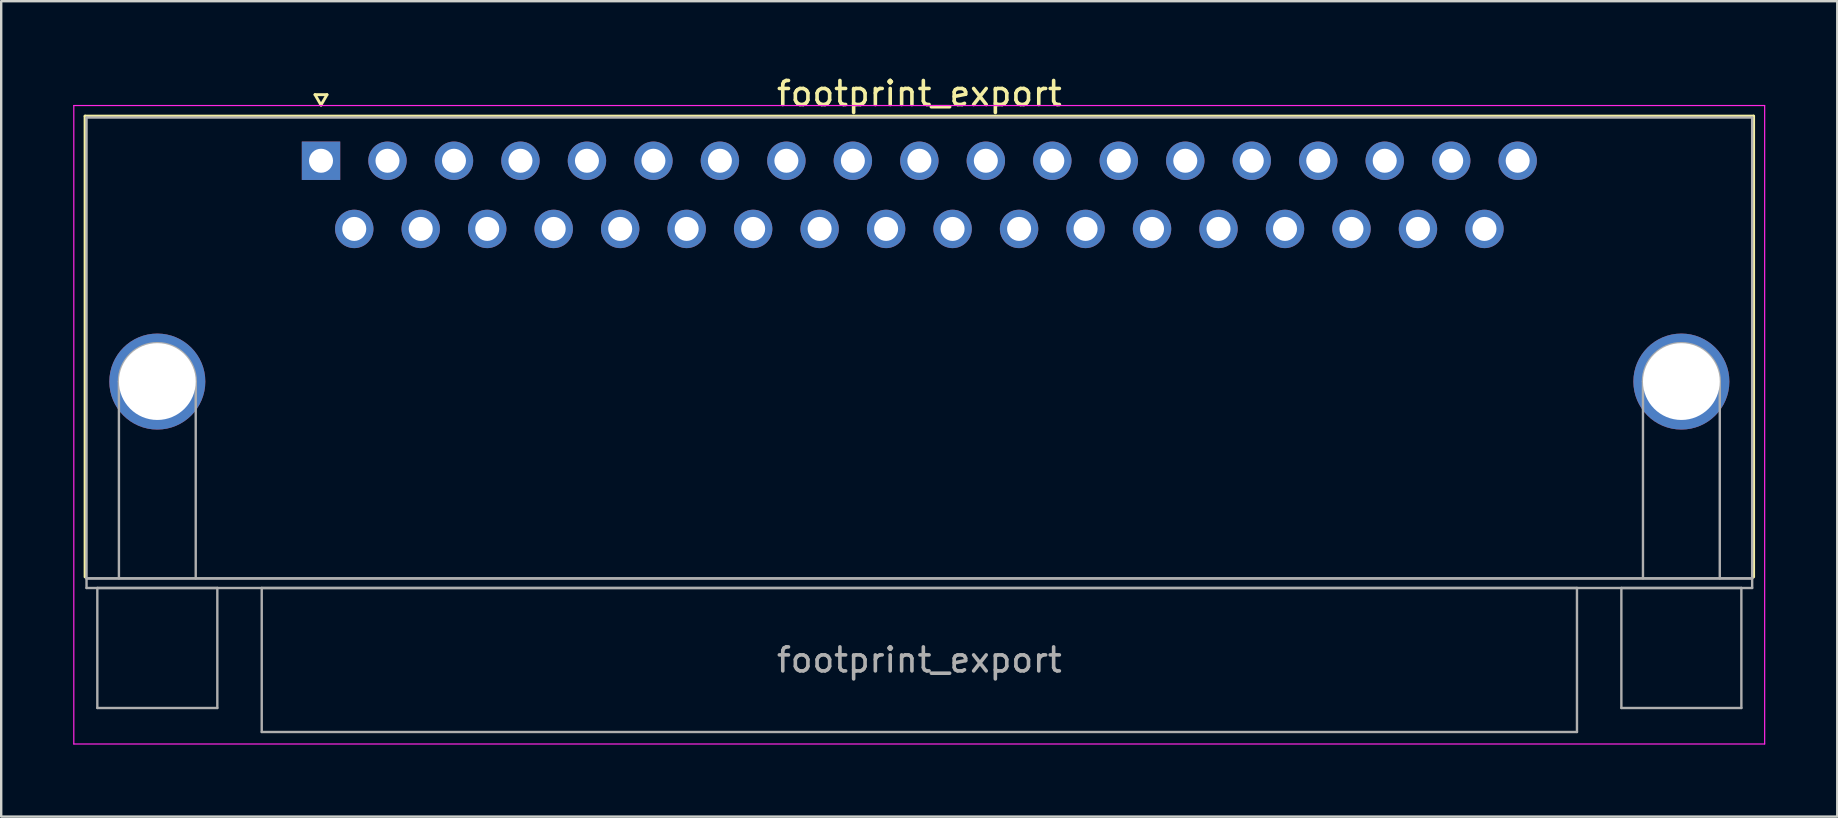
<source format=kicad_pcb>
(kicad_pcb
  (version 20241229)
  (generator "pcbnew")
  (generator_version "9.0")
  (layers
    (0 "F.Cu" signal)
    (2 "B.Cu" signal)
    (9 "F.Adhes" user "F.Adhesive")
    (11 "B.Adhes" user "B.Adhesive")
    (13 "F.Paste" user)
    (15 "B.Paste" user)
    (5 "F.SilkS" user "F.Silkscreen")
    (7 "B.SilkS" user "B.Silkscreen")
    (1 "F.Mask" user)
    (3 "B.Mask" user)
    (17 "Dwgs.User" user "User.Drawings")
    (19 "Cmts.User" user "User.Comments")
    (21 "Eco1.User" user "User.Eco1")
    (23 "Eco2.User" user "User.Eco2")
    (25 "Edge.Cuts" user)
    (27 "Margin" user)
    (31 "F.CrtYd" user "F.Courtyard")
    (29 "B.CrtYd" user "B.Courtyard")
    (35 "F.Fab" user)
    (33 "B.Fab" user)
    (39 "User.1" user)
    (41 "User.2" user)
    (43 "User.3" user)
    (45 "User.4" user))
  (footprint "footprint_export"
    (layer "F.Cu")
    (at 10.325 3.648)
    (property "Reference" "footprint_export" (at 24.93 -2.8 0) (layer "F.SilkS") (effects (font (size 1 1) (thickness 0.15))))
    (attr through_hole)
    (fp_line (start -9.83 -1.86) (end 59.69 -1.86) (stroke (width 0.12) (type solid)) (layer "F.SilkS"))
    (fp_line (start -9.83 17.34) (end -9.83 -1.86) (stroke (width 0.12) (type solid)) (layer "F.SilkS"))
    (fp_line (start -0.25 -2.754) (end 0.25 -2.754) (stroke (width 0.12) (type solid)) (layer "F.SilkS"))
    (fp_line (start 0 -2.321) (end -0.25 -2.754) (stroke (width 0.12) (type solid)) (layer "F.SilkS"))
    (fp_line (start 0.25 -2.754) (end 0 -2.321) (stroke (width 0.12) (type solid)) (layer "F.SilkS"))
    (fp_line (start 59.69 -1.86) (end 59.69 17.34) (stroke (width 0.12) (type solid)) (layer "F.SilkS"))
    (fp_line (start -10.3 -2.3) (end -10.3 24.3) (stroke (width 0.05) (type solid)) (layer "F.CrtYd"))
    (fp_line (start -10.3 24.3) (end 60.15 24.3) (stroke (width 0.05) (type solid)) (layer "F.CrtYd"))
    (fp_line (start 60.15 -2.3) (end -10.3 -2.3) (stroke (width 0.05) (type solid)) (layer "F.CrtYd"))
    (fp_line (start 60.15 24.3) (end 60.15 -2.3) (stroke (width 0.05) (type solid)) (layer "F.CrtYd"))
    (fp_line (start -9.77 -1.8) (end -9.77 17.4) (stroke (width 0.1) (type solid)) (layer "F.Fab"))
    (fp_line (start -9.77 17.4) (end -9.77 17.8) (stroke (width 0.1) (type solid)) (layer "F.Fab"))
    (fp_line (start -9.77 17.4) (end 59.63 17.4) (stroke (width 0.1) (type solid)) (layer "F.Fab"))
    (fp_line (start -9.77 17.8) (end 59.63 17.8) (stroke (width 0.1) (type solid)) (layer "F.Fab"))
    (fp_line (start -9.32 17.8) (end -9.32 22.8) (stroke (width 0.1) (type solid)) (layer "F.Fab"))
    (fp_line (start -9.32 22.8) (end -4.32 22.8) (stroke (width 0.1) (type solid)) (layer "F.Fab"))
    (fp_line (start -8.42 17.4) (end -8.42 9.2) (stroke (width 0.1) (type solid)) (layer "F.Fab"))
    (fp_line (start -5.22 17.4) (end -5.22 9.2) (stroke (width 0.1) (type solid)) (layer "F.Fab"))
    (fp_line (start -4.32 17.8) (end -9.32 17.8) (stroke (width 0.1) (type solid)) (layer "F.Fab"))
    (fp_line (start -4.32 22.8) (end -4.32 17.8) (stroke (width 0.1) (type solid)) (layer "F.Fab"))
    (fp_line (start -2.47 17.8) (end -2.47 23.8) (stroke (width 0.1) (type solid)) (layer "F.Fab"))
    (fp_line (start -2.47 23.8) (end 52.33 23.8) (stroke (width 0.1) (type solid)) (layer "F.Fab"))
    (fp_line (start 52.33 17.8) (end -2.47 17.8) (stroke (width 0.1) (type solid)) (layer "F.Fab"))
    (fp_line (start 52.33 23.8) (end 52.33 17.8) (stroke (width 0.1) (type solid)) (layer "F.Fab"))
    (fp_line (start 54.18 17.8) (end 54.18 22.8) (stroke (width 0.1) (type solid)) (layer "F.Fab"))
    (fp_line (start 54.18 22.8) (end 59.18 22.8) (stroke (width 0.1) (type solid)) (layer "F.Fab"))
    (fp_line (start 55.08 17.4) (end 55.08 9.2) (stroke (width 0.1) (type solid)) (layer "F.Fab"))
    (fp_line (start 58.28 17.4) (end 58.28 9.2) (stroke (width 0.1) (type solid)) (layer "F.Fab"))
    (fp_line (start 59.18 17.8) (end 54.18 17.8) (stroke (width 0.1) (type solid)) (layer "F.Fab"))
    (fp_line (start 59.18 22.8) (end 59.18 17.8) (stroke (width 0.1) (type solid)) (layer "F.Fab"))
    (fp_line (start 59.63 -1.8) (end -9.77 -1.8) (stroke (width 0.1) (type solid)) (layer "F.Fab"))
    (fp_line (start 59.63 17.4) (end -9.77 17.4) (stroke (width 0.1) (type solid)) (layer "F.Fab"))
    (fp_line (start 59.63 17.4) (end 59.63 -1.8) (stroke (width 0.1) (type solid)) (layer "F.Fab"))
    (fp_line (start 59.63 17.8) (end 59.63 17.4) (stroke (width 0.1) (type solid)) (layer "F.Fab"))
    (fp_arc (start -8.42 9.2) (mid -6.82 7.6) (end -5.22 9.2) (stroke (width 0.1) (type solid)) (layer "F.Fab"))
    (fp_arc (start 55.08 9.2) (mid 56.68 7.6) (end 58.28 9.2) (stroke (width 0.1) (type solid)) (layer "F.Fab"))
    (fp_text user "${REFERENCE}" (at 24.93 20.8 0) (layer "F.Fab") (effects (font (size 1 1) (thickness 0.15))))
    (pad "0" thru_hole circle (at -6.82 9.2) (size 4 4) (drill 3.2) (layers "*.Cu" "*.Mask"))
    (pad "0" thru_hole circle (at 56.68 9.2) (size 4 4) (drill 3.2) (layers "*.Cu" "*.Mask"))
    (pad "1" thru_hole rect (at 0 0) (size 1.6 1.6) (drill 1) (layers "*.Cu" "*.Mask"))
    (pad "2" thru_hole circle (at 2.77 0) (size 1.6 1.6) (drill 1) (layers "*.Cu" "*.Mask"))
    (pad "3" thru_hole circle (at 5.54 0) (size 1.6 1.6) (drill 1) (layers "*.Cu" "*.Mask"))
    (pad "4" thru_hole circle (at 8.31 0) (size 1.6 1.6) (drill 1) (layers "*.Cu" "*.Mask"))
    (pad "5" thru_hole circle (at 11.08 0) (size 1.6 1.6) (drill 1) (layers "*.Cu" "*.Mask"))
    (pad "6" thru_hole circle (at 13.85 0) (size 1.6 1.6) (drill 1) (layers "*.Cu" "*.Mask"))
    (pad "7" thru_hole circle (at 16.62 0) (size 1.6 1.6) (drill 1) (layers "*.Cu" "*.Mask"))
    (pad "8" thru_hole circle (at 19.39 0) (size 1.6 1.6) (drill 1) (layers "*.Cu" "*.Mask"))
    (pad "9" thru_hole circle (at 22.16 0) (size 1.6 1.6) (drill 1) (layers "*.Cu" "*.Mask"))
    (pad "10" thru_hole circle (at 24.93 0) (size 1.6 1.6) (drill 1) (layers "*.Cu" "*.Mask"))
    (pad "11" thru_hole circle (at 27.7 0) (size 1.6 1.6) (drill 1) (layers "*.Cu" "*.Mask"))
    (pad "12" thru_hole circle (at 30.47 0) (size 1.6 1.6) (drill 1) (layers "*.Cu" "*.Mask"))
    (pad "13" thru_hole circle (at 33.24 0) (size 1.6 1.6) (drill 1) (layers "*.Cu" "*.Mask"))
    (pad "14" thru_hole circle (at 36.01 0) (size 1.6 1.6) (drill 1) (layers "*.Cu" "*.Mask"))
    (pad "15" thru_hole circle (at 38.78 0) (size 1.6 1.6) (drill 1) (layers "*.Cu" "*.Mask"))
    (pad "16" thru_hole circle (at 41.55 0) (size 1.6 1.6) (drill 1) (layers "*.Cu" "*.Mask"))
    (pad "17" thru_hole circle (at 44.32 0) (size 1.6 1.6) (drill 1) (layers "*.Cu" "*.Mask"))
    (pad "18" thru_hole circle (at 47.09 0) (size 1.6 1.6) (drill 1) (layers "*.Cu" "*.Mask"))
    (pad "19" thru_hole circle (at 49.86 0) (size 1.6 1.6) (drill 1) (layers "*.Cu" "*.Mask"))
    (pad "20" thru_hole circle (at 1.385 2.84) (size 1.6 1.6) (drill 1) (layers "*.Cu" "*.Mask"))
    (pad "21" thru_hole circle (at 4.155 2.84) (size 1.6 1.6) (drill 1) (layers "*.Cu" "*.Mask"))
    (pad "22" thru_hole circle (at 6.925 2.84) (size 1.6 1.6) (drill 1) (layers "*.Cu" "*.Mask"))
    (pad "23" thru_hole circle (at 9.695 2.84) (size 1.6 1.6) (drill 1) (layers "*.Cu" "*.Mask"))
    (pad "24" thru_hole circle (at 12.465 2.84) (size 1.6 1.6) (drill 1) (layers "*.Cu" "*.Mask"))
    (pad "25" thru_hole circle (at 15.235 2.84) (size 1.6 1.6) (drill 1) (layers "*.Cu" "*.Mask"))
    (pad "26" thru_hole circle (at 18.005 2.84) (size 1.6 1.6) (drill 1) (layers "*.Cu" "*.Mask"))
    (pad "27" thru_hole circle (at 20.775 2.84) (size 1.6 1.6) (drill 1) (layers "*.Cu" "*.Mask"))
    (pad "28" thru_hole circle (at 23.545 2.84) (size 1.6 1.6) (drill 1) (layers "*.Cu" "*.Mask"))
    (pad "29" thru_hole circle (at 26.315 2.84) (size 1.6 1.6) (drill 1) (layers "*.Cu" "*.Mask"))
    (pad "30" thru_hole circle (at 29.085 2.84) (size 1.6 1.6) (drill 1) (layers "*.Cu" "*.Mask"))
    (pad "31" thru_hole circle (at 31.855 2.84) (size 1.6 1.6) (drill 1) (layers "*.Cu" "*.Mask"))
    (pad "32" thru_hole circle (at 34.625 2.84) (size 1.6 1.6) (drill 1) (layers "*.Cu" "*.Mask"))
    (pad "33" thru_hole circle (at 37.395 2.84) (size 1.6 1.6) (drill 1) (layers "*.Cu" "*.Mask"))
    (pad "34" thru_hole circle (at 40.165 2.84) (size 1.6 1.6) (drill 1) (layers "*.Cu" "*.Mask"))
    (pad "35" thru_hole circle (at 42.935 2.84) (size 1.6 1.6) (drill 1) (layers "*.Cu" "*.Mask"))
    (pad "36" thru_hole circle (at 45.705 2.84) (size 1.6 1.6) (drill 1) (layers "*.Cu" "*.Mask"))
    (pad "37" thru_hole circle (at 48.475 2.84) (size 1.6 1.6) (drill 1) (layers "*.Cu" "*.Mask")))
  (gr_rect
    (start -3 -3)
    (end 73.5 30.973)
    (stroke (width 0.1) (type default))
    (fill no)
    (layer "Edge.Cuts")))
</source>
